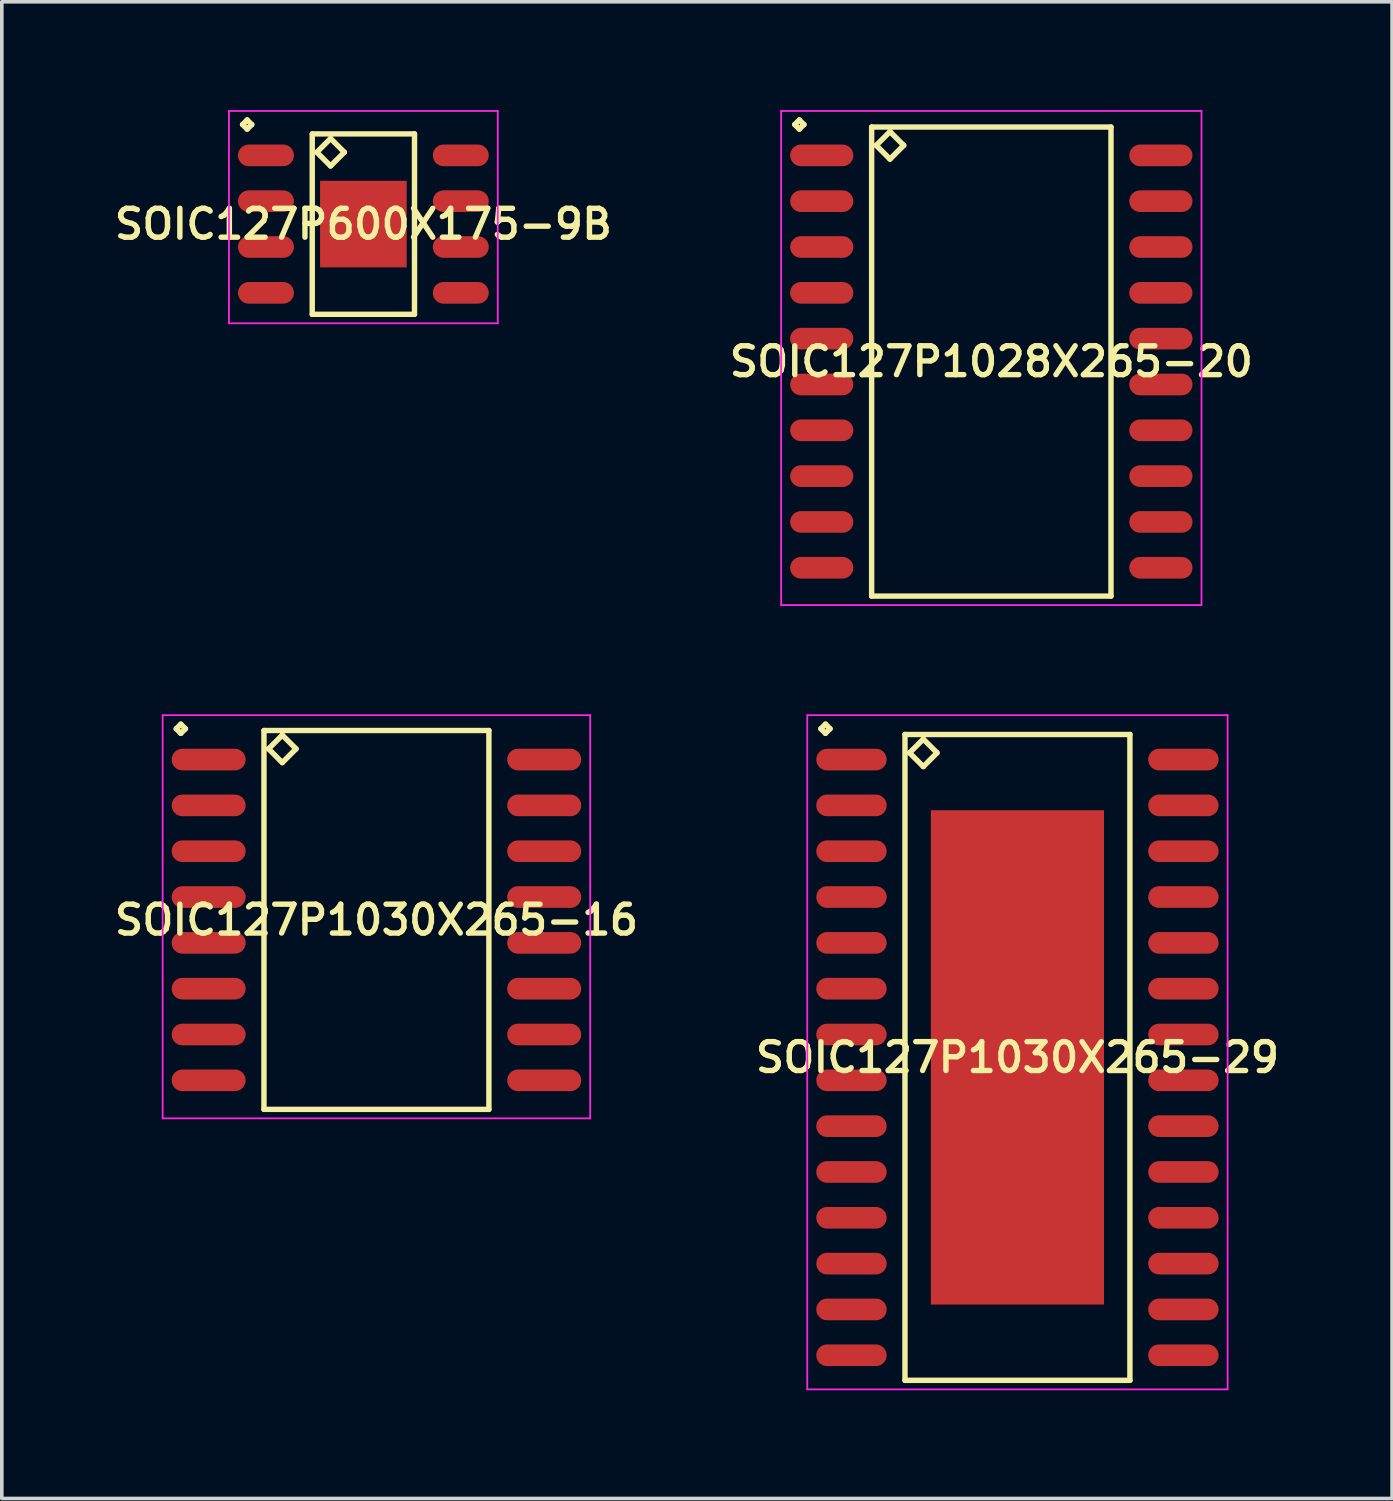
<source format=kicad_pcb>
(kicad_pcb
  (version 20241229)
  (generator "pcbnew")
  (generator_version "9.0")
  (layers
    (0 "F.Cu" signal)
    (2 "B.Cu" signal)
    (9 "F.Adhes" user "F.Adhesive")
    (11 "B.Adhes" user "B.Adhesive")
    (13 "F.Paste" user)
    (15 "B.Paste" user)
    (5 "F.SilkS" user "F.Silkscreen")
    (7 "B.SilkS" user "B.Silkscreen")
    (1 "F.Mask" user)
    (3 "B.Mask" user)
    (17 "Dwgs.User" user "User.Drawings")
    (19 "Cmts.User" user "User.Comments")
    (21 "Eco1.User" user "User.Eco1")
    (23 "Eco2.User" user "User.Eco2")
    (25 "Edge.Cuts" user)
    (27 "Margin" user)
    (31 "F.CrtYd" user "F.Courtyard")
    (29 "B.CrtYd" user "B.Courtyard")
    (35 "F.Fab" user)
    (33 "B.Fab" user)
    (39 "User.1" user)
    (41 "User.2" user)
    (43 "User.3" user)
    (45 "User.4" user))
  (footprint "SOIC127P1030X265-16"
    (layer "F.Cu")
    (at 7.383 22.447)
    (property "Reference" "SOIC127P1030X265-16" (at 0 0 0) (layer "F.SilkS") (effects (font (size 0.8 0.8) (thickness 0.15))))
    (attr smd)
    (fp_line (start -5.548 -5.299) (end -5.421 -5.426) (stroke (width 0.15) (type solid)) (layer "F.SilkS"))
    (fp_line (start -5.421 -5.426) (end -5.294 -5.299) (stroke (width 0.15) (type solid)) (layer "F.SilkS"))
    (fp_line (start -5.421 -5.172) (end -5.548 -5.299) (stroke (width 0.15) (type solid)) (layer "F.SilkS"))
    (fp_line (start -5.294 -5.299) (end -5.421 -5.172) (stroke (width 0.15) (type solid)) (layer "F.SilkS"))
    (fp_line (start -3.117 -5.25) (end -3.117 5.25) (stroke (width 0.15) (type solid)) (layer "F.SilkS"))
    (fp_line (start -3.117 5.25) (end 3.117 5.25) (stroke (width 0.15) (type solid)) (layer "F.SilkS"))
    (fp_line (start -2.99 -4.742) (end -2.609 -5.123) (stroke (width 0.15) (type solid)) (layer "F.SilkS"))
    (fp_line (start -2.609 -5.123) (end -2.228 -4.742) (stroke (width 0.15) (type solid)) (layer "F.SilkS"))
    (fp_line (start -2.609 -4.361) (end -2.99 -4.742) (stroke (width 0.15) (type solid)) (layer "F.SilkS"))
    (fp_line (start -2.228 -4.742) (end -2.609 -4.361) (stroke (width 0.15) (type solid)) (layer "F.SilkS"))
    (fp_line (start 3.117 -5.25) (end -3.117 -5.25) (stroke (width 0.15) (type solid)) (layer "F.SilkS"))
    (fp_line (start 3.117 5.25) (end 3.117 -5.25) (stroke (width 0.15) (type solid)) (layer "F.SilkS"))
    (fp_line (start -5.925 -5.676) (end 5.925 -5.676) (stroke (width 0.05) (type solid)) (layer "F.CrtYd"))
    (fp_line (start -5.925 5.5) (end -5.925 -5.676) (stroke (width 0.05) (type solid)) (layer "F.CrtYd"))
    (fp_line (start 5.925 -5.676) (end 5.925 5.5) (stroke (width 0.05) (type solid)) (layer "F.CrtYd"))
    (fp_line (start 5.925 5.5) (end -5.925 5.5) (stroke (width 0.05) (type solid)) (layer "F.CrtYd"))
    (pad "1" smd oval (at -4.65 -4.445) (size 2.05 0.6) (layers "F.Cu" "F.Mask" "F.Paste"))
    (pad "2" smd oval (at -4.65 -3.175) (size 2.05 0.6) (layers "F.Cu" "F.Mask" "F.Paste"))
    (pad "3" smd oval (at -4.65 -1.905) (size 2.05 0.6) (layers "F.Cu" "F.Mask" "F.Paste"))
    (pad "4" smd oval (at -4.65 -0.635) (size 2.05 0.6) (layers "F.Cu" "F.Mask" "F.Paste"))
    (pad "5" smd oval (at -4.65 0.635) (size 2.05 0.6) (layers "F.Cu" "F.Mask" "F.Paste"))
    (pad "6" smd oval (at -4.65 1.905) (size 2.05 0.6) (layers "F.Cu" "F.Mask" "F.Paste"))
    (pad "7" smd oval (at -4.65 3.175) (size 2.05 0.6) (layers "F.Cu" "F.Mask" "F.Paste"))
    (pad "8" smd oval (at -4.65 4.445) (size 2.05 0.6) (layers "F.Cu" "F.Mask" "F.Paste"))
    (pad "9" smd oval (at 4.65 4.445) (size 2.05 0.6) (layers "F.Cu" "F.Mask" "F.Paste"))
    (pad "10" smd oval (at 4.65 3.175) (size 2.05 0.6) (layers "F.Cu" "F.Mask" "F.Paste"))
    (pad "11" smd oval (at 4.65 1.905) (size 2.05 0.6) (layers "F.Cu" "F.Mask" "F.Paste"))
    (pad "12" smd oval (at 4.65 0.635) (size 2.05 0.6) (layers "F.Cu" "F.Mask" "F.Paste"))
    (pad "13" smd oval (at 4.65 -0.635) (size 2.05 0.6) (layers "F.Cu" "F.Mask" "F.Paste"))
    (pad "14" smd oval (at 4.65 -1.905) (size 2.05 0.6) (layers "F.Cu" "F.Mask" "F.Paste"))
    (pad "15" smd oval (at 4.65 -3.175) (size 2.05 0.6) (layers "F.Cu" "F.Mask" "F.Paste"))
    (pad "16" smd oval (at 4.65 -4.445) (size 2.05 0.6) (layers "F.Cu" "F.Mask" "F.Paste")))
  (footprint "SOIC127P600X175-9B"
    (layer "F.Cu")
    (at 7.021 3.161)
    (property "Reference" "SOIC127P600X175-9B" (at 0 0 0) (layer "F.SilkS") (effects (font (size 0.8 0.8) (thickness 0.15))))
    (attr smd)
    (fp_line (start -3.348 -2.759) (end -3.221 -2.886) (stroke (width 0.15) (type solid)) (layer "F.SilkS"))
    (fp_line (start -3.221 -2.886) (end -3.094 -2.759) (stroke (width 0.15) (type solid)) (layer "F.SilkS"))
    (fp_line (start -3.221 -2.632) (end -3.348 -2.759) (stroke (width 0.15) (type solid)) (layer "F.SilkS"))
    (fp_line (start -3.094 -2.759) (end -3.221 -2.632) (stroke (width 0.15) (type solid)) (layer "F.SilkS"))
    (fp_line (start -1.417 -2.5) (end -1.417 2.5) (stroke (width 0.15) (type solid)) (layer "F.SilkS"))
    (fp_line (start -1.417 2.5) (end 1.417 2.5) (stroke (width 0.15) (type solid)) (layer "F.SilkS"))
    (fp_line (start -1.29 -1.992) (end -0.909 -2.373) (stroke (width 0.15) (type solid)) (layer "F.SilkS"))
    (fp_line (start -0.909 -2.373) (end -0.528 -1.992) (stroke (width 0.15) (type solid)) (layer "F.SilkS"))
    (fp_line (start -0.909 -1.611) (end -1.29 -1.992) (stroke (width 0.15) (type solid)) (layer "F.SilkS"))
    (fp_line (start -0.528 -1.992) (end -0.909 -1.611) (stroke (width 0.15) (type solid)) (layer "F.SilkS"))
    (fp_line (start 1.417 -2.5) (end -1.417 -2.5) (stroke (width 0.15) (type solid)) (layer "F.SilkS"))
    (fp_line (start 1.417 2.5) (end 1.417 -2.5) (stroke (width 0.15) (type solid)) (layer "F.SilkS"))
    (fp_line (start -3.725 -3.136) (end 3.725 -3.136) (stroke (width 0.05) (type solid)) (layer "F.CrtYd"))
    (fp_line (start -3.725 2.75) (end -3.725 -3.136) (stroke (width 0.05) (type solid)) (layer "F.CrtYd"))
    (fp_line (start 3.725 -3.136) (end 3.725 2.75) (stroke (width 0.05) (type solid)) (layer "F.CrtYd"))
    (fp_line (start 3.725 2.75) (end -3.725 2.75) (stroke (width 0.05) (type solid)) (layer "F.CrtYd"))
    (pad "1" smd oval (at -2.7 -1.905) (size 1.55 0.6) (layers "F.Cu" "F.Mask" "F.Paste"))
    (pad "2" smd oval (at -2.7 -0.635) (size 1.55 0.6) (layers "F.Cu" "F.Mask" "F.Paste"))
    (pad "3" smd oval (at -2.7 0.635) (size 1.55 0.6) (layers "F.Cu" "F.Mask" "F.Paste"))
    (pad "4" smd oval (at -2.7 1.905) (size 1.55 0.6) (layers "F.Cu" "F.Mask" "F.Paste"))
    (pad "5" smd oval (at 2.7 1.905) (size 1.55 0.6) (layers "F.Cu" "F.Mask" "F.Paste"))
    (pad "6" smd oval (at 2.7 0.635) (size 1.55 0.6) (layers "F.Cu" "F.Mask" "F.Paste"))
    (pad "7" smd oval (at 2.7 -0.635) (size 1.55 0.6) (layers "F.Cu" "F.Mask" "F.Paste"))
    (pad "8" smd oval (at 2.7 -1.905) (size 1.55 0.6) (layers "F.Cu" "F.Mask" "F.Paste"))
    (pad "9" smd rect (at 0 0) (size 2.4 2.4) (layers "F.Cu" "F.Mask" "F.Paste")))
  (footprint "SOIC127P1028X265-20"
    (layer "F.Cu")
    (at 24.425 6.971)
    (property "Reference" "SOIC127P1028X265-20" (at 0 0 0) (layer "F.SilkS") (effects (font (size 0.8 0.8) (thickness 0.15))))
    (attr smd)
    (fp_line (start -5.448 -6.569) (end -5.321 -6.696) (stroke (width 0.15) (type solid)) (layer "F.SilkS"))
    (fp_line (start -5.321 -6.696) (end -5.194 -6.569) (stroke (width 0.15) (type solid)) (layer "F.SilkS"))
    (fp_line (start -5.321 -6.442) (end -5.448 -6.569) (stroke (width 0.15) (type solid)) (layer "F.SilkS"))
    (fp_line (start -5.194 -6.569) (end -5.321 -6.442) (stroke (width 0.15) (type solid)) (layer "F.SilkS"))
    (fp_line (start -3.317 -6.5) (end -3.317 6.5) (stroke (width 0.15) (type solid)) (layer "F.SilkS"))
    (fp_line (start -3.317 6.5) (end 3.317 6.5) (stroke (width 0.15) (type solid)) (layer "F.SilkS"))
    (fp_line (start -3.19 -5.992) (end -2.809 -6.373) (stroke (width 0.15) (type solid)) (layer "F.SilkS"))
    (fp_line (start -2.809 -6.373) (end -2.428 -5.992) (stroke (width 0.15) (type solid)) (layer "F.SilkS"))
    (fp_line (start -2.809 -5.611) (end -3.19 -5.992) (stroke (width 0.15) (type solid)) (layer "F.SilkS"))
    (fp_line (start -2.428 -5.992) (end -2.809 -5.611) (stroke (width 0.15) (type solid)) (layer "F.SilkS"))
    (fp_line (start 3.317 -6.5) (end -3.317 -6.5) (stroke (width 0.15) (type solid)) (layer "F.SilkS"))
    (fp_line (start 3.317 6.5) (end 3.317 -6.5) (stroke (width 0.15) (type solid)) (layer "F.SilkS"))
    (fp_line (start -5.825 -6.946) (end 5.825 -6.946) (stroke (width 0.05) (type solid)) (layer "F.CrtYd"))
    (fp_line (start -5.825 6.75) (end -5.825 -6.946) (stroke (width 0.05) (type solid)) (layer "F.CrtYd"))
    (fp_line (start 5.825 -6.946) (end 5.825 6.75) (stroke (width 0.05) (type solid)) (layer "F.CrtYd"))
    (fp_line (start 5.825 6.75) (end -5.825 6.75) (stroke (width 0.05) (type solid)) (layer "F.CrtYd"))
    (pad "1" smd oval (at -4.7 -5.715) (size 1.75 0.6) (layers "F.Cu" "F.Mask" "F.Paste"))
    (pad "2" smd oval (at -4.7 -4.445) (size 1.75 0.6) (layers "F.Cu" "F.Mask" "F.Paste"))
    (pad "3" smd oval (at -4.7 -3.175) (size 1.75 0.6) (layers "F.Cu" "F.Mask" "F.Paste"))
    (pad "4" smd oval (at -4.7 -1.905) (size 1.75 0.6) (layers "F.Cu" "F.Mask" "F.Paste"))
    (pad "5" smd oval (at -4.7 -0.635) (size 1.75 0.6) (layers "F.Cu" "F.Mask" "F.Paste"))
    (pad "6" smd oval (at -4.7 0.635) (size 1.75 0.6) (layers "F.Cu" "F.Mask" "F.Paste"))
    (pad "7" smd oval (at -4.7 1.905) (size 1.75 0.6) (layers "F.Cu" "F.Mask" "F.Paste"))
    (pad "8" smd oval (at -4.7 3.175) (size 1.75 0.6) (layers "F.Cu" "F.Mask" "F.Paste"))
    (pad "9" smd oval (at -4.7 4.445) (size 1.75 0.6) (layers "F.Cu" "F.Mask" "F.Paste"))
    (pad "10" smd oval (at -4.7 5.715) (size 1.75 0.6) (layers "F.Cu" "F.Mask" "F.Paste"))
    (pad "11" smd oval (at 4.7 5.715) (size 1.75 0.6) (layers "F.Cu" "F.Mask" "F.Paste"))
    (pad "12" smd oval (at 4.7 4.445) (size 1.75 0.6) (layers "F.Cu" "F.Mask" "F.Paste"))
    (pad "13" smd oval (at 4.7 3.175) (size 1.75 0.6) (layers "F.Cu" "F.Mask" "F.Paste"))
    (pad "14" smd oval (at 4.7 1.905) (size 1.75 0.6) (layers "F.Cu" "F.Mask" "F.Paste"))
    (pad "15" smd oval (at 4.7 0.635) (size 1.75 0.6) (layers "F.Cu" "F.Mask" "F.Paste"))
    (pad "16" smd oval (at 4.7 -0.635) (size 1.75 0.6) (layers "F.Cu" "F.Mask" "F.Paste"))
    (pad "17" smd oval (at 4.7 -1.905) (size 1.75 0.6) (layers "F.Cu" "F.Mask" "F.Paste"))
    (pad "18" smd oval (at 4.7 -3.175) (size 1.75 0.6) (layers "F.Cu" "F.Mask" "F.Paste"))
    (pad "19" smd oval (at 4.7 -4.445) (size 1.75 0.6) (layers "F.Cu" "F.Mask" "F.Paste"))
    (pad "20" smd oval (at 4.7 -5.715) (size 1.75 0.6) (layers "F.Cu" "F.Mask" "F.Paste")))
  (footprint "SOIC127P1030X265-29"
    (layer "F.Cu")
    (at 25.149 26.257)
    (property "Reference" "SOIC127P1030X265-29" (at 0 0 0) (layer "F.SilkS") (effects (font (size 0.8 0.8) (thickness 0.15))))
    (attr smd)
    (fp_line (start -5.448 -9.109) (end -5.321 -9.236) (stroke (width 0.15) (type solid)) (layer "F.SilkS"))
    (fp_line (start -5.321 -9.236) (end -5.194 -9.109) (stroke (width 0.15) (type solid)) (layer "F.SilkS"))
    (fp_line (start -5.321 -8.982) (end -5.448 -9.109) (stroke (width 0.15) (type solid)) (layer "F.SilkS"))
    (fp_line (start -5.194 -9.109) (end -5.321 -8.982) (stroke (width 0.15) (type solid)) (layer "F.SilkS"))
    (fp_line (start -3.117 -8.95) (end -3.117 8.95) (stroke (width 0.15) (type solid)) (layer "F.SilkS"))
    (fp_line (start -3.117 8.95) (end 3.117 8.95) (stroke (width 0.15) (type solid)) (layer "F.SilkS"))
    (fp_line (start -2.99 -8.442) (end -2.609 -8.823) (stroke (width 0.15) (type solid)) (layer "F.SilkS"))
    (fp_line (start -2.609 -8.823) (end -2.228 -8.442) (stroke (width 0.15) (type solid)) (layer "F.SilkS"))
    (fp_line (start -2.609 -8.061) (end -2.99 -8.442) (stroke (width 0.15) (type solid)) (layer "F.SilkS"))
    (fp_line (start -2.228 -8.442) (end -2.609 -8.061) (stroke (width 0.15) (type solid)) (layer "F.SilkS"))
    (fp_line (start 3.117 -8.95) (end -3.117 -8.95) (stroke (width 0.15) (type solid)) (layer "F.SilkS"))
    (fp_line (start 3.117 8.95) (end 3.117 -8.95) (stroke (width 0.15) (type solid)) (layer "F.SilkS"))
    (fp_line (start -5.825 -9.486) (end 5.825 -9.486) (stroke (width 0.05) (type solid)) (layer "F.CrtYd"))
    (fp_line (start -5.825 9.2) (end -5.825 -9.486) (stroke (width 0.05) (type solid)) (layer "F.CrtYd"))
    (fp_line (start 5.825 -9.486) (end 5.825 9.2) (stroke (width 0.05) (type solid)) (layer "F.CrtYd"))
    (fp_line (start 5.825 9.2) (end -5.825 9.2) (stroke (width 0.05) (type solid)) (layer "F.CrtYd"))
    (pad "1" smd oval (at -4.6 -8.255) (size 1.95 0.6) (layers "F.Cu" "F.Mask" "F.Paste"))
    (pad "2" smd oval (at -4.6 -6.985) (size 1.95 0.6) (layers "F.Cu" "F.Mask" "F.Paste"))
    (pad "3" smd oval (at -4.6 -5.715) (size 1.95 0.6) (layers "F.Cu" "F.Mask" "F.Paste"))
    (pad "4" smd oval (at -4.6 -4.445) (size 1.95 0.6) (layers "F.Cu" "F.Mask" "F.Paste"))
    (pad "5" smd oval (at -4.6 -3.175) (size 1.95 0.6) (layers "F.Cu" "F.Mask" "F.Paste"))
    (pad "6" smd oval (at -4.6 -1.905) (size 1.95 0.6) (layers "F.Cu" "F.Mask" "F.Paste"))
    (pad "7" smd oval (at -4.6 -0.635) (size 1.95 0.6) (layers "F.Cu" "F.Mask" "F.Paste"))
    (pad "8" smd oval (at -4.6 0.635) (size 1.95 0.6) (layers "F.Cu" "F.Mask" "F.Paste"))
    (pad "9" smd oval (at -4.6 1.905) (size 1.95 0.6) (layers "F.Cu" "F.Mask" "F.Paste"))
    (pad "10" smd oval (at -4.6 3.175) (size 1.95 0.6) (layers "F.Cu" "F.Mask" "F.Paste"))
    (pad "11" smd oval (at -4.6 4.445) (size 1.95 0.6) (layers "F.Cu" "F.Mask" "F.Paste"))
    (pad "12" smd oval (at -4.6 5.715) (size 1.95 0.6) (layers "F.Cu" "F.Mask" "F.Paste"))
    (pad "13" smd oval (at -4.6 6.985) (size 1.95 0.6) (layers "F.Cu" "F.Mask" "F.Paste"))
    (pad "14" smd oval (at -4.6 8.255) (size 1.95 0.6) (layers "F.Cu" "F.Mask" "F.Paste"))
    (pad "15" smd oval (at 4.6 8.255) (size 1.95 0.6) (layers "F.Cu" "F.Mask" "F.Paste"))
    (pad "16" smd oval (at 4.6 6.985) (size 1.95 0.6) (layers "F.Cu" "F.Mask" "F.Paste"))
    (pad "17" smd oval (at 4.6 5.715) (size 1.95 0.6) (layers "F.Cu" "F.Mask" "F.Paste"))
    (pad "18" smd oval (at 4.6 4.445) (size 1.95 0.6) (layers "F.Cu" "F.Mask" "F.Paste"))
    (pad "19" smd oval (at 4.6 3.175) (size 1.95 0.6) (layers "F.Cu" "F.Mask" "F.Paste"))
    (pad "20" smd oval (at 4.6 1.905) (size 1.95 0.6) (layers "F.Cu" "F.Mask" "F.Paste"))
    (pad "21" smd oval (at 4.6 0.635) (size 1.95 0.6) (layers "F.Cu" "F.Mask" "F.Paste"))
    (pad "22" smd oval (at 4.6 -0.635) (size 1.95 0.6) (layers "F.Cu" "F.Mask" "F.Paste"))
    (pad "23" smd oval (at 4.6 -1.905) (size 1.95 0.6) (layers "F.Cu" "F.Mask" "F.Paste"))
    (pad "24" smd oval (at 4.6 -3.175) (size 1.95 0.6) (layers "F.Cu" "F.Mask" "F.Paste"))
    (pad "25" smd oval (at 4.6 -4.445) (size 1.95 0.6) (layers "F.Cu" "F.Mask" "F.Paste"))
    (pad "26" smd oval (at 4.6 -5.715) (size 1.95 0.6) (layers "F.Cu" "F.Mask" "F.Paste"))
    (pad "27" smd oval (at 4.6 -6.985) (size 1.95 0.6) (layers "F.Cu" "F.Mask" "F.Paste"))
    (pad "28" smd oval (at 4.6 -8.255) (size 1.95 0.6) (layers "F.Cu" "F.Mask" "F.Paste"))
    (pad "29" smd rect (at 0 0) (size 4.8 13.7) (layers "F.Cu" "F.Mask" "F.Paste")))
  (gr_rect
    (start -3 -3)
    (end 35.532 38.482)
    (stroke (width 0.1) (type default))
    (fill no)
    (layer "Edge.Cuts")))
</source>
